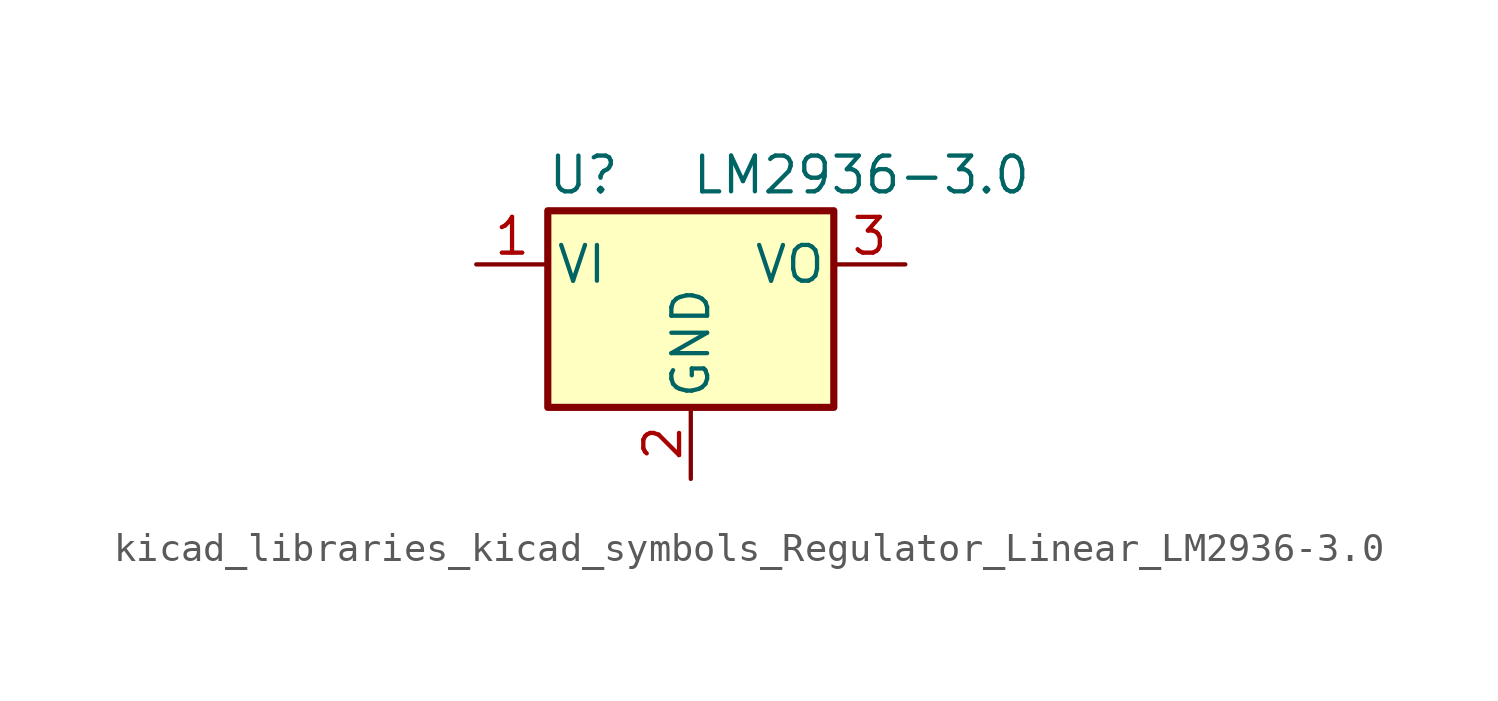
<source format=kicad_sym>
(kicad_symbol_lib
  (version 20220914)
  (generator kicad_symbol_editor)
  (symbol "kicad_libraries_kicad_symbols_Regulator_Linear_LM2936-3.0"
    (pin_names
      (offset 0.254))
    (property "Reference" "U"
      (at -3.81 3.175 0)
      (effects (font (size 1.27 1.27))))
    (property "Value" "LM2936-3.0"
      (at 0 3.175 0)
      (effects (font (size 1.27 1.27)) (justify left)))
    (symbol "kicad_libraries_kicad_symbols_Regulator_Linear_LM2936-3.0_0_1"
      (rectangle (start -5.08 1.905) (end 5.08 -5.08) (stroke (width 0.254) (type default)) (fill (type background))))
    (symbol "kicad_libraries_kicad_symbols_Regulator_Linear_LM2936-3.0_1_1"
      (pin power_in line (at -7.62 0 0) (length 2.54) (name "VI" (effects (font (size 1.27 1.27)))) (number "1" (effects (font (size 1.27 1.27)))))
      (pin power_in line (at 0 -7.62 90) (length 2.54) (name "GND" (effects (font (size 1.27 1.27)))) (number "2" (effects (font (size 1.27 1.27)))))
      (pin power_out line (at 7.62 0 180) (length 2.54) (name "VO" (effects (font (size 1.27 1.27)))) (number "3" (effects (font (size 1.27 1.27))))))))
</source>
